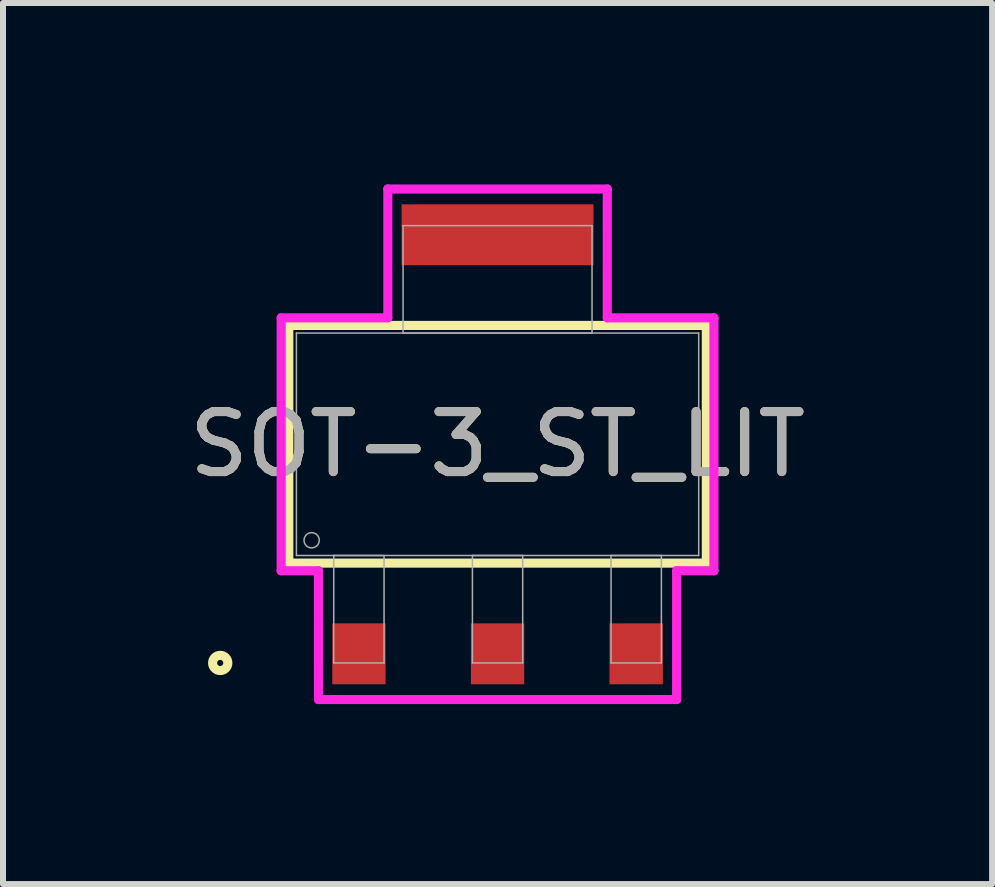
<source format=kicad_pcb>
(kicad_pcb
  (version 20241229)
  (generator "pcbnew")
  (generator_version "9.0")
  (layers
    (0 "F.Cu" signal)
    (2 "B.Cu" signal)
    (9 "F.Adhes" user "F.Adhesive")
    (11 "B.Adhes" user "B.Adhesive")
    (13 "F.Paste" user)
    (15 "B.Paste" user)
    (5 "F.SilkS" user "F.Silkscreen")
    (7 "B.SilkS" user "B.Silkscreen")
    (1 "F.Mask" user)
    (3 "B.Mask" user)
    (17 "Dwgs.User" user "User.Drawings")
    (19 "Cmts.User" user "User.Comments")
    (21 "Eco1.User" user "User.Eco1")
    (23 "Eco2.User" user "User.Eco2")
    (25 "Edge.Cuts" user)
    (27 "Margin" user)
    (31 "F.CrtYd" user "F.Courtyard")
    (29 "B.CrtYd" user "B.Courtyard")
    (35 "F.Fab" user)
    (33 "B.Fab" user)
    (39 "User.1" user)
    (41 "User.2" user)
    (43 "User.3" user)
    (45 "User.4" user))
  (footprint "SOT-3_ST_LIT"
    (layer "F.Cu")
    (at 5.244 4.356)
    (property "Reference" "SOT-3_ST_LIT" (at 0 0 0) (unlocked yes) (layer "F.SilkS") (effects (font (size 1 1) (thickness 0.15))))
    (attr smd)
    (fp_poly (pts (xy 1.6 -4) (xy -1.6 -4) (xy -1.6 -2.985) (xy 1.6 -2.985)) (stroke (width 0) (type solid)) (fill yes) (layer "F.Cu"))
    (fp_poly (pts (xy 1.626 -4.356) (xy -1.626 -4.356) (xy -1.626 -2.629) (xy 1.626 -2.629)) (stroke (width 0) (type solid)) (fill yes) (layer "F.Mask"))
    (fp_line (start -3.48 -1.981) (end -3.48 1.981) (stroke (width 0.152) (type solid)) (layer "F.SilkS"))
    (fp_line (start -3.48 1.981) (end 3.48 1.981) (stroke (width 0.152) (type solid)) (layer "F.SilkS"))
    (fp_line (start 3.48 -1.981) (end -3.48 -1.981) (stroke (width 0.152) (type solid)) (layer "F.SilkS"))
    (fp_line (start 3.48 1.981) (end 3.48 -1.981) (stroke (width 0.152) (type solid)) (layer "F.SilkS"))
    (fp_circle (center -4.623 3.645) (end -4.496 3.645) (stroke (width 0.152) (type solid)) (fill no) (layer "F.SilkS"))
    (fp_poly (pts (xy 1.6 -4) (xy -1.6 -4) (xy -1.6 -2.985) (xy 1.6 -2.985)) (stroke (width 0) (type solid)) (fill yes) (layer "F.Paste"))
    (fp_line (start -3.607 -2.108) (end -1.829 -2.108) (stroke (width 0.152) (type solid)) (layer "F.CrtYd"))
    (fp_line (start -3.607 2.108) (end -3.607 -2.108) (stroke (width 0.152) (type solid)) (layer "F.CrtYd"))
    (fp_line (start -2.985 2.108) (end -3.607 2.108) (stroke (width 0.152) (type solid)) (layer "F.CrtYd"))
    (fp_line (start -2.985 4.255) (end -2.985 2.108) (stroke (width 0.152) (type solid)) (layer "F.CrtYd"))
    (fp_line (start -1.829 -4.255) (end 1.829 -4.255) (stroke (width 0.152) (type solid)) (layer "F.CrtYd"))
    (fp_line (start -1.829 -2.108) (end -1.829 -4.255) (stroke (width 0.152) (type solid)) (layer "F.CrtYd"))
    (fp_line (start 1.829 -4.255) (end 1.829 -2.108) (stroke (width 0.152) (type solid)) (layer "F.CrtYd"))
    (fp_line (start 1.829 -2.108) (end 3.607 -2.108) (stroke (width 0.152) (type solid)) (layer "F.CrtYd"))
    (fp_line (start 2.985 2.108) (end 2.985 4.255) (stroke (width 0.152) (type solid)) (layer "F.CrtYd"))
    (fp_line (start 2.985 4.255) (end -2.985 4.255) (stroke (width 0.152) (type solid)) (layer "F.CrtYd"))
    (fp_line (start 3.607 -2.108) (end 3.607 2.108) (stroke (width 0.152) (type solid)) (layer "F.CrtYd"))
    (fp_line (start 3.607 2.108) (end 2.985 2.108) (stroke (width 0.152) (type solid)) (layer "F.CrtYd"))
    (fp_line (start -3.353 -1.854) (end -3.353 1.854) (stroke (width 0.025) (type solid)) (layer "F.Fab"))
    (fp_line (start -3.353 1.854) (end 3.353 1.854) (stroke (width 0.025) (type solid)) (layer "F.Fab"))
    (fp_line (start -2.731 1.854) (end -2.731 3.645) (stroke (width 0.025) (type solid)) (layer "F.Fab"))
    (fp_line (start -2.731 3.645) (end -1.892 3.645) (stroke (width 0.025) (type solid)) (layer "F.Fab"))
    (fp_line (start -1.892 1.854) (end -2.731 1.854) (stroke (width 0.025) (type solid)) (layer "F.Fab"))
    (fp_line (start -1.892 3.645) (end -1.892 1.854) (stroke (width 0.025) (type solid)) (layer "F.Fab"))
    (fp_line (start -1.575 -3.645) (end -1.575 -1.854) (stroke (width 0.025) (type solid)) (layer "F.Fab"))
    (fp_line (start -1.575 -1.854) (end 1.575 -1.854) (stroke (width 0.025) (type solid)) (layer "F.Fab"))
    (fp_line (start -0.419 1.854) (end -0.419 3.645) (stroke (width 0.025) (type solid)) (layer "F.Fab"))
    (fp_line (start -0.419 3.645) (end 0.419 3.645) (stroke (width 0.025) (type solid)) (layer "F.Fab"))
    (fp_line (start 0.419 1.854) (end -0.419 1.854) (stroke (width 0.025) (type solid)) (layer "F.Fab"))
    (fp_line (start 0.419 3.645) (end 0.419 1.854) (stroke (width 0.025) (type solid)) (layer "F.Fab"))
    (fp_line (start 1.575 -3.645) (end -1.575 -3.645) (stroke (width 0.025) (type solid)) (layer "F.Fab"))
    (fp_line (start 1.575 -1.854) (end 1.575 -3.645) (stroke (width 0.025) (type solid)) (layer "F.Fab"))
    (fp_line (start 1.892 1.854) (end 1.892 3.645) (stroke (width 0.025) (type solid)) (layer "F.Fab"))
    (fp_line (start 1.892 3.645) (end 2.731 3.645) (stroke (width 0.025) (type solid)) (layer "F.Fab"))
    (fp_line (start 2.731 1.854) (end 1.892 1.854) (stroke (width 0.025) (type solid)) (layer "F.Fab"))
    (fp_line (start 2.731 3.645) (end 2.731 1.854) (stroke (width 0.025) (type solid)) (layer "F.Fab"))
    (fp_line (start 3.353 -1.854) (end -3.353 -1.854) (stroke (width 0.025) (type solid)) (layer "F.Fab"))
    (fp_line (start 3.353 1.854) (end 3.353 -1.854) (stroke (width 0.025) (type solid)) (layer "F.Fab"))
    (fp_circle (center -3.099 1.6) (end -2.972 1.6) (stroke (width 0.025) (type solid)) (fill no) (layer "F.Fab"))
    (fp_text user "${REFERENCE}" (at 0 0 0) (unlocked yes) (layer "F.Fab") (effects (font (size 1 1) (thickness 0.15))))
    (pad "1" smd rect (at -2.311 3.493) (size 0.889 1.016) (layers "F.Cu" "F.Mask" "F.Paste"))
    (pad "2" smd rect (at 0 3.493) (size 0.889 1.016) (layers "F.Cu" "F.Mask" "F.Paste"))
    (pad "3" smd rect (at 2.311 3.493) (size 0.889 1.016) (layers "F.Cu" "F.Mask" "F.Paste")))
  (gr_rect
    (start -3 -3)
    (end 13.488 11.687)
    (stroke (width 0.1) (type default))
    (fill no)
    (layer "Edge.Cuts")))
</source>
